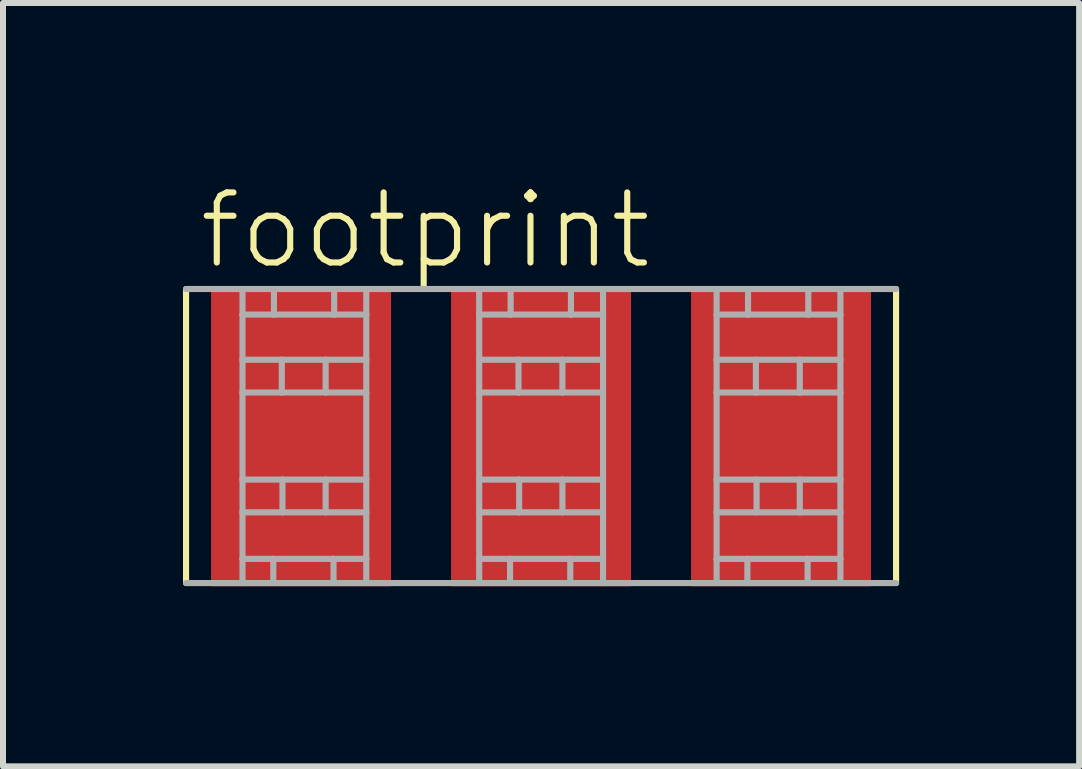
<source format=kicad_pcb>
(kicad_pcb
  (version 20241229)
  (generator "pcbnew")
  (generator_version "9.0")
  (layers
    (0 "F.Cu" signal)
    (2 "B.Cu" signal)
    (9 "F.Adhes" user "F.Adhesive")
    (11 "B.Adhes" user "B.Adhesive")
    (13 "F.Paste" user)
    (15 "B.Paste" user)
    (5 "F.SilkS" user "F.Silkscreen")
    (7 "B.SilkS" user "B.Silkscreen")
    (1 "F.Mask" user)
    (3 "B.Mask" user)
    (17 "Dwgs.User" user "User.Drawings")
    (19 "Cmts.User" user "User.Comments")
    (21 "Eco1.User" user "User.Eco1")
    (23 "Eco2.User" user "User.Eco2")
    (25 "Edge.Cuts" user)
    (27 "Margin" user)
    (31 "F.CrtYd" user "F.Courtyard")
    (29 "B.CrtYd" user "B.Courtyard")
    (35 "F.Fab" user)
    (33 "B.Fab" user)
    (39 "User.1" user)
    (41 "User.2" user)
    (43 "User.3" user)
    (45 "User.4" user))
  (footprint "footprint"
    (layer "F.Cu")
    (at 5.968 4.223)
    (property "Reference" "footprint" (at -5.75 -2.75 0) (layer "F.SilkS") (effects (font (size 1.168 1.168) (thickness 0.102)) (justify left bottom)))
    (fp_line (start -5.917 2.445) (end -5.917 -2.456) (stroke (width 0.102) (type solid)) (layer "F.SilkS"))
    (fp_line (start 5.917 -2.456) (end 5.917 2.445) (stroke (width 0.102) (type solid)) (layer "F.SilkS"))
    (fp_line (start -5.917 -2.456) (end -4.976 -2.456) (stroke (width 0.102) (type solid)) (layer "F.Fab"))
    (fp_line (start -4.976 -2.456) (end -3.448 -2.456) (stroke (width 0.102) (type solid)) (layer "F.Fab"))
    (fp_line (start -4.976 -2.03) (end -4.976 -2.456) (stroke (width 0.102) (type solid)) (layer "F.Fab"))
    (fp_line (start -4.976 -1.277) (end -4.976 -2.03) (stroke (width 0.102) (type solid)) (layer "F.Fab"))
    (fp_line (start -4.976 -0.731) (end -4.976 -1.277) (stroke (width 0.102) (type solid)) (layer "F.Fab"))
    (fp_line (start -4.976 -0.731) (end -4.321 -0.731) (stroke (width 0.102) (type solid)) (layer "F.Fab"))
    (fp_line (start -4.976 0.721) (end -4.976 -0.731) (stroke (width 0.102) (type solid)) (layer "F.Fab"))
    (fp_line (start -4.976 1.266) (end -4.976 0.721) (stroke (width 0.102) (type solid)) (layer "F.Fab"))
    (fp_line (start -4.976 1.266) (end -4.31 1.266) (stroke (width 0.102) (type solid)) (layer "F.Fab"))
    (fp_line (start -4.976 2.042) (end -4.976 1.266) (stroke (width 0.102) (type solid)) (layer "F.Fab"))
    (fp_line (start -4.976 2.042) (end -4.474 2.042) (stroke (width 0.102) (type solid)) (layer "F.Fab"))
    (fp_line (start -4.976 2.445) (end -5.917 2.445) (stroke (width 0.102) (type solid)) (layer "F.Fab"))
    (fp_line (start -4.976 2.445) (end -4.976 2.042) (stroke (width 0.102) (type solid)) (layer "F.Fab"))
    (fp_line (start -4.474 2.042) (end -4.463 2.042) (stroke (width 0.102) (type solid)) (layer "F.Fab"))
    (fp_line (start -4.474 2.042) (end -3.47 2.042) (stroke (width 0.102) (type solid)) (layer "F.Fab"))
    (fp_line (start -4.463 2.042) (end -4.463 2.445) (stroke (width 0.102) (type solid)) (layer "F.Fab"))
    (fp_line (start -4.452 -2.03) (end -4.976 -2.03) (stroke (width 0.102) (type solid)) (layer "F.Fab"))
    (fp_line (start -4.452 -2.03) (end -4.452 -2.456) (stroke (width 0.102) (type solid)) (layer "F.Fab"))
    (fp_line (start -4.321 -1.277) (end -4.976 -1.277) (stroke (width 0.102) (type solid)) (layer "F.Fab"))
    (fp_line (start -4.321 -0.731) (end -4.321 -1.277) (stroke (width 0.102) (type solid)) (layer "F.Fab"))
    (fp_line (start -4.321 -0.731) (end -3.59 -0.731) (stroke (width 0.102) (type solid)) (layer "F.Fab"))
    (fp_line (start -4.31 0.721) (end -4.976 0.721) (stroke (width 0.102) (type solid)) (layer "F.Fab"))
    (fp_line (start -4.31 1.266) (end -4.31 0.721) (stroke (width 0.102) (type solid)) (layer "F.Fab"))
    (fp_line (start -4.31 1.266) (end -3.59 1.266) (stroke (width 0.102) (type solid)) (layer "F.Fab"))
    (fp_line (start -3.59 -1.277) (end -4.321 -1.277) (stroke (width 0.102) (type solid)) (layer "F.Fab"))
    (fp_line (start -3.59 -0.731) (end -3.59 -1.277) (stroke (width 0.102) (type solid)) (layer "F.Fab"))
    (fp_line (start -3.59 -0.731) (end -2.913 -0.731) (stroke (width 0.102) (type solid)) (layer "F.Fab"))
    (fp_line (start -3.59 0.721) (end -4.31 0.721) (stroke (width 0.102) (type solid)) (layer "F.Fab"))
    (fp_line (start -3.59 1.266) (end -3.59 0.721) (stroke (width 0.102) (type solid)) (layer "F.Fab"))
    (fp_line (start -3.59 1.266) (end -2.913 1.266) (stroke (width 0.102) (type solid)) (layer "F.Fab"))
    (fp_line (start -3.47 2.042) (end -3.459 2.042) (stroke (width 0.102) (type solid)) (layer "F.Fab"))
    (fp_line (start -3.47 2.042) (end -2.913 2.042) (stroke (width 0.102) (type solid)) (layer "F.Fab"))
    (fp_line (start -3.459 2.042) (end -3.459 2.445) (stroke (width 0.102) (type solid)) (layer "F.Fab"))
    (fp_line (start -3.448 -2.456) (end -2.913 -2.456) (stroke (width 0.102) (type solid)) (layer "F.Fab"))
    (fp_line (start -3.448 -2.03) (end -4.452 -2.03) (stroke (width 0.102) (type solid)) (layer "F.Fab"))
    (fp_line (start -3.448 -2.03) (end -3.448 -2.456) (stroke (width 0.102) (type solid)) (layer "F.Fab"))
    (fp_line (start -2.913 -2.456) (end -1.031 -2.456) (stroke (width 0.102) (type solid)) (layer "F.Fab"))
    (fp_line (start -2.913 -2.03) (end -3.448 -2.03) (stroke (width 0.102) (type solid)) (layer "F.Fab"))
    (fp_line (start -2.913 -2.03) (end -2.913 -2.456) (stroke (width 0.102) (type solid)) (layer "F.Fab"))
    (fp_line (start -2.913 -1.277) (end -3.59 -1.277) (stroke (width 0.102) (type solid)) (layer "F.Fab"))
    (fp_line (start -2.913 -1.277) (end -2.913 -2.03) (stroke (width 0.102) (type solid)) (layer "F.Fab"))
    (fp_line (start -2.913 -0.731) (end -2.913 -1.277) (stroke (width 0.102) (type solid)) (layer "F.Fab"))
    (fp_line (start -2.913 0.721) (end -3.59 0.721) (stroke (width 0.102) (type solid)) (layer "F.Fab"))
    (fp_line (start -2.913 0.721) (end -2.913 -0.731) (stroke (width 0.102) (type solid)) (layer "F.Fab"))
    (fp_line (start -2.913 1.266) (end -2.913 0.721) (stroke (width 0.102) (type solid)) (layer "F.Fab"))
    (fp_line (start -2.913 2.042) (end -2.913 1.266) (stroke (width 0.102) (type solid)) (layer "F.Fab"))
    (fp_line (start -2.913 2.445) (end -4.976 2.445) (stroke (width 0.102) (type solid)) (layer "F.Fab"))
    (fp_line (start -2.913 2.445) (end -2.913 2.042) (stroke (width 0.102) (type solid)) (layer "F.Fab"))
    (fp_line (start -1.031 -2.456) (end 1.033 -2.456) (stroke (width 0.102) (type solid)) (layer "F.Fab"))
    (fp_line (start -1.031 -2.03) (end -1.031 -2.456) (stroke (width 0.102) (type solid)) (layer "F.Fab"))
    (fp_line (start -1.031 -1.277) (end -1.031 -2.03) (stroke (width 0.102) (type solid)) (layer "F.Fab"))
    (fp_line (start -1.031 -0.731) (end -1.031 -1.277) (stroke (width 0.102) (type solid)) (layer "F.Fab"))
    (fp_line (start -1.031 -0.731) (end -0.376 -0.731) (stroke (width 0.102) (type solid)) (layer "F.Fab"))
    (fp_line (start -1.031 0.721) (end -1.031 -0.731) (stroke (width 0.102) (type solid)) (layer "F.Fab"))
    (fp_line (start -1.031 1.266) (end -1.031 0.721) (stroke (width 0.102) (type solid)) (layer "F.Fab"))
    (fp_line (start -1.031 1.266) (end -0.365 1.266) (stroke (width 0.102) (type solid)) (layer "F.Fab"))
    (fp_line (start -1.031 2.042) (end -1.031 1.266) (stroke (width 0.102) (type solid)) (layer "F.Fab"))
    (fp_line (start -1.031 2.042) (end -0.528 2.042) (stroke (width 0.102) (type solid)) (layer "F.Fab"))
    (fp_line (start -1.031 2.445) (end -2.913 2.445) (stroke (width 0.102) (type solid)) (layer "F.Fab"))
    (fp_line (start -1.031 2.445) (end -1.031 2.042) (stroke (width 0.102) (type solid)) (layer "F.Fab"))
    (fp_line (start -0.528 2.042) (end -0.517 2.042) (stroke (width 0.102) (type solid)) (layer "F.Fab"))
    (fp_line (start -0.528 2.042) (end 0.476 2.042) (stroke (width 0.102) (type solid)) (layer "F.Fab"))
    (fp_line (start -0.517 2.042) (end -0.517 2.445) (stroke (width 0.102) (type solid)) (layer "F.Fab"))
    (fp_line (start -0.507 -2.03) (end -1.031 -2.03) (stroke (width 0.102) (type solid)) (layer "F.Fab"))
    (fp_line (start -0.507 -2.03) (end -0.507 -2.456) (stroke (width 0.102) (type solid)) (layer "F.Fab"))
    (fp_line (start -0.376 -1.277) (end -1.031 -1.277) (stroke (width 0.102) (type solid)) (layer "F.Fab"))
    (fp_line (start -0.376 -0.731) (end -0.376 -1.277) (stroke (width 0.102) (type solid)) (layer "F.Fab"))
    (fp_line (start -0.376 -0.731) (end 0.356 -0.731) (stroke (width 0.102) (type solid)) (layer "F.Fab"))
    (fp_line (start -0.365 0.721) (end -1.031 0.721) (stroke (width 0.102) (type solid)) (layer "F.Fab"))
    (fp_line (start -0.365 1.266) (end -0.365 0.721) (stroke (width 0.102) (type solid)) (layer "F.Fab"))
    (fp_line (start -0.365 1.266) (end 0.356 1.266) (stroke (width 0.102) (type solid)) (layer "F.Fab"))
    (fp_line (start 0.356 -1.277) (end -0.376 -1.277) (stroke (width 0.102) (type solid)) (layer "F.Fab"))
    (fp_line (start 0.356 -0.731) (end 0.356 -1.277) (stroke (width 0.102) (type solid)) (layer "F.Fab"))
    (fp_line (start 0.356 -0.731) (end 1.033 -0.731) (stroke (width 0.102) (type solid)) (layer "F.Fab"))
    (fp_line (start 0.356 0.721) (end -0.365 0.721) (stroke (width 0.102) (type solid)) (layer "F.Fab"))
    (fp_line (start 0.356 1.266) (end 0.356 0.721) (stroke (width 0.102) (type solid)) (layer "F.Fab"))
    (fp_line (start 0.356 1.266) (end 1.033 1.266) (stroke (width 0.102) (type solid)) (layer "F.Fab"))
    (fp_line (start 0.476 2.042) (end 0.487 2.042) (stroke (width 0.102) (type solid)) (layer "F.Fab"))
    (fp_line (start 0.476 2.042) (end 1.033 2.042) (stroke (width 0.102) (type solid)) (layer "F.Fab"))
    (fp_line (start 0.487 2.042) (end 0.487 2.445) (stroke (width 0.102) (type solid)) (layer "F.Fab"))
    (fp_line (start 0.498 -2.03) (end -0.507 -2.03) (stroke (width 0.102) (type solid)) (layer "F.Fab"))
    (fp_line (start 0.498 -2.03) (end 0.498 -2.456) (stroke (width 0.102) (type solid)) (layer "F.Fab"))
    (fp_line (start 1.033 -2.456) (end 2.926 -2.456) (stroke (width 0.102) (type solid)) (layer "F.Fab"))
    (fp_line (start 1.033 -2.03) (end 0.498 -2.03) (stroke (width 0.102) (type solid)) (layer "F.Fab"))
    (fp_line (start 1.033 -2.03) (end 1.033 -2.456) (stroke (width 0.102) (type solid)) (layer "F.Fab"))
    (fp_line (start 1.033 -1.277) (end 0.356 -1.277) (stroke (width 0.102) (type solid)) (layer "F.Fab"))
    (fp_line (start 1.033 -1.277) (end 1.033 -2.03) (stroke (width 0.102) (type solid)) (layer "F.Fab"))
    (fp_line (start 1.033 -0.731) (end 1.033 -1.277) (stroke (width 0.102) (type solid)) (layer "F.Fab"))
    (fp_line (start 1.033 0.721) (end 0.356 0.721) (stroke (width 0.102) (type solid)) (layer "F.Fab"))
    (fp_line (start 1.033 0.721) (end 1.033 -0.731) (stroke (width 0.102) (type solid)) (layer "F.Fab"))
    (fp_line (start 1.033 1.266) (end 1.033 0.721) (stroke (width 0.102) (type solid)) (layer "F.Fab"))
    (fp_line (start 1.033 2.042) (end 1.033 1.266) (stroke (width 0.102) (type solid)) (layer "F.Fab"))
    (fp_line (start 1.033 2.445) (end -1.031 2.445) (stroke (width 0.102) (type solid)) (layer "F.Fab"))
    (fp_line (start 1.033 2.445) (end 1.033 2.042) (stroke (width 0.102) (type solid)) (layer "F.Fab"))
    (fp_line (start 2.926 -2.456) (end 3.45 -2.456) (stroke (width 0.102) (type solid)) (layer "F.Fab"))
    (fp_line (start 2.926 -2.03) (end 2.926 -2.456) (stroke (width 0.102) (type solid)) (layer "F.Fab"))
    (fp_line (start 2.926 -1.277) (end 2.926 -2.03) (stroke (width 0.102) (type solid)) (layer "F.Fab"))
    (fp_line (start 2.926 -0.731) (end 2.926 -1.277) (stroke (width 0.102) (type solid)) (layer "F.Fab"))
    (fp_line (start 2.926 -0.731) (end 3.581 -0.731) (stroke (width 0.102) (type solid)) (layer "F.Fab"))
    (fp_line (start 2.926 0.721) (end 2.926 -0.731) (stroke (width 0.102) (type solid)) (layer "F.Fab"))
    (fp_line (start 2.926 1.266) (end 2.926 0.721) (stroke (width 0.102) (type solid)) (layer "F.Fab"))
    (fp_line (start 2.926 1.266) (end 3.592 1.266) (stroke (width 0.102) (type solid)) (layer "F.Fab"))
    (fp_line (start 2.926 2.042) (end 2.926 1.266) (stroke (width 0.102) (type solid)) (layer "F.Fab"))
    (fp_line (start 2.926 2.042) (end 3.428 2.042) (stroke (width 0.102) (type solid)) (layer "F.Fab"))
    (fp_line (start 2.926 2.445) (end 1.033 2.445) (stroke (width 0.102) (type solid)) (layer "F.Fab"))
    (fp_line (start 2.926 2.445) (end 2.926 2.042) (stroke (width 0.102) (type solid)) (layer "F.Fab"))
    (fp_line (start 3.428 2.042) (end 3.439 2.042) (stroke (width 0.102) (type solid)) (layer "F.Fab"))
    (fp_line (start 3.428 2.042) (end 4.432 2.042) (stroke (width 0.102) (type solid)) (layer "F.Fab"))
    (fp_line (start 3.439 2.042) (end 3.439 2.445) (stroke (width 0.102) (type solid)) (layer "F.Fab"))
    (fp_line (start 3.439 2.445) (end 2.926 2.445) (stroke (width 0.102) (type solid)) (layer "F.Fab"))
    (fp_line (start 3.45 -2.456) (end 4.454 -2.456) (stroke (width 0.102) (type solid)) (layer "F.Fab"))
    (fp_line (start 3.45 -2.03) (end 2.926 -2.03) (stroke (width 0.102) (type solid)) (layer "F.Fab"))
    (fp_line (start 3.45 -2.03) (end 3.45 -2.456) (stroke (width 0.102) (type solid)) (layer "F.Fab"))
    (fp_line (start 3.581 -1.277) (end 2.926 -1.277) (stroke (width 0.102) (type solid)) (layer "F.Fab"))
    (fp_line (start 3.581 -0.731) (end 3.581 -1.277) (stroke (width 0.102) (type solid)) (layer "F.Fab"))
    (fp_line (start 3.581 -0.731) (end 4.312 -0.731) (stroke (width 0.102) (type solid)) (layer "F.Fab"))
    (fp_line (start 3.592 0.721) (end 2.926 0.721) (stroke (width 0.102) (type solid)) (layer "F.Fab"))
    (fp_line (start 3.592 1.266) (end 3.592 0.721) (stroke (width 0.102) (type solid)) (layer "F.Fab"))
    (fp_line (start 3.592 1.266) (end 4.312 1.266) (stroke (width 0.102) (type solid)) (layer "F.Fab"))
    (fp_line (start 4.312 -1.277) (end 3.581 -1.277) (stroke (width 0.102) (type solid)) (layer "F.Fab"))
    (fp_line (start 4.312 -0.731) (end 4.312 -1.277) (stroke (width 0.102) (type solid)) (layer "F.Fab"))
    (fp_line (start 4.312 -0.731) (end 4.989 -0.731) (stroke (width 0.102) (type solid)) (layer "F.Fab"))
    (fp_line (start 4.312 0.721) (end 3.592 0.721) (stroke (width 0.102) (type solid)) (layer "F.Fab"))
    (fp_line (start 4.312 1.266) (end 4.312 0.721) (stroke (width 0.102) (type solid)) (layer "F.Fab"))
    (fp_line (start 4.312 1.266) (end 4.989 1.266) (stroke (width 0.102) (type solid)) (layer "F.Fab"))
    (fp_line (start 4.432 2.042) (end 4.443 2.042) (stroke (width 0.102) (type solid)) (layer "F.Fab"))
    (fp_line (start 4.432 2.042) (end 4.989 2.042) (stroke (width 0.102) (type solid)) (layer "F.Fab"))
    (fp_line (start 4.443 2.042) (end 4.443 2.445) (stroke (width 0.102) (type solid)) (layer "F.Fab"))
    (fp_line (start 4.443 2.445) (end 3.439 2.445) (stroke (width 0.102) (type solid)) (layer "F.Fab"))
    (fp_line (start 4.454 -2.456) (end 4.989 -2.456) (stroke (width 0.102) (type solid)) (layer "F.Fab"))
    (fp_line (start 4.454 -2.03) (end 3.45 -2.03) (stroke (width 0.102) (type solid)) (layer "F.Fab"))
    (fp_line (start 4.454 -2.03) (end 4.454 -2.456) (stroke (width 0.102) (type solid)) (layer "F.Fab"))
    (fp_line (start 4.989 -2.456) (end 5.917 -2.456) (stroke (width 0.102) (type solid)) (layer "F.Fab"))
    (fp_line (start 4.989 -2.03) (end 4.454 -2.03) (stroke (width 0.102) (type solid)) (layer "F.Fab"))
    (fp_line (start 4.989 -2.03) (end 4.989 -2.456) (stroke (width 0.102) (type solid)) (layer "F.Fab"))
    (fp_line (start 4.989 -1.277) (end 4.312 -1.277) (stroke (width 0.102) (type solid)) (layer "F.Fab"))
    (fp_line (start 4.989 -1.277) (end 4.989 -2.03) (stroke (width 0.102) (type solid)) (layer "F.Fab"))
    (fp_line (start 4.989 -0.731) (end 4.989 -1.277) (stroke (width 0.102) (type solid)) (layer "F.Fab"))
    (fp_line (start 4.989 0.721) (end 4.312 0.721) (stroke (width 0.102) (type solid)) (layer "F.Fab"))
    (fp_line (start 4.989 0.721) (end 4.989 -0.731) (stroke (width 0.102) (type solid)) (layer "F.Fab"))
    (fp_line (start 4.989 1.266) (end 4.989 0.721) (stroke (width 0.102) (type solid)) (layer "F.Fab"))
    (fp_line (start 4.989 2.042) (end 4.989 1.266) (stroke (width 0.102) (type solid)) (layer "F.Fab"))
    (fp_line (start 4.989 2.445) (end 4.443 2.445) (stroke (width 0.102) (type solid)) (layer "F.Fab"))
    (fp_line (start 4.989 2.445) (end 4.989 2.042) (stroke (width 0.102) (type solid)) (layer "F.Fab"))
    (fp_line (start 5.917 2.445) (end 4.989 2.445) (stroke (width 0.102) (type solid)) (layer "F.Fab"))
    (pad "1" smd rect (at -4 0) (size 3 5) (layers "F.Cu" "F.Mask" "F.Paste"))
    (pad "2" smd rect (at 0 0) (size 3 5) (layers "F.Cu" "F.Mask" "F.Paste"))
    (pad "3" smd rect (at 4 0) (size 3 5) (layers "F.Cu" "F.Mask" "F.Paste")))
  (gr_rect
    (start -3 -3)
    (end 14.936 9.723)
    (stroke (width 0.1) (type default))
    (fill no)
    (layer "Edge.Cuts")))
</source>
